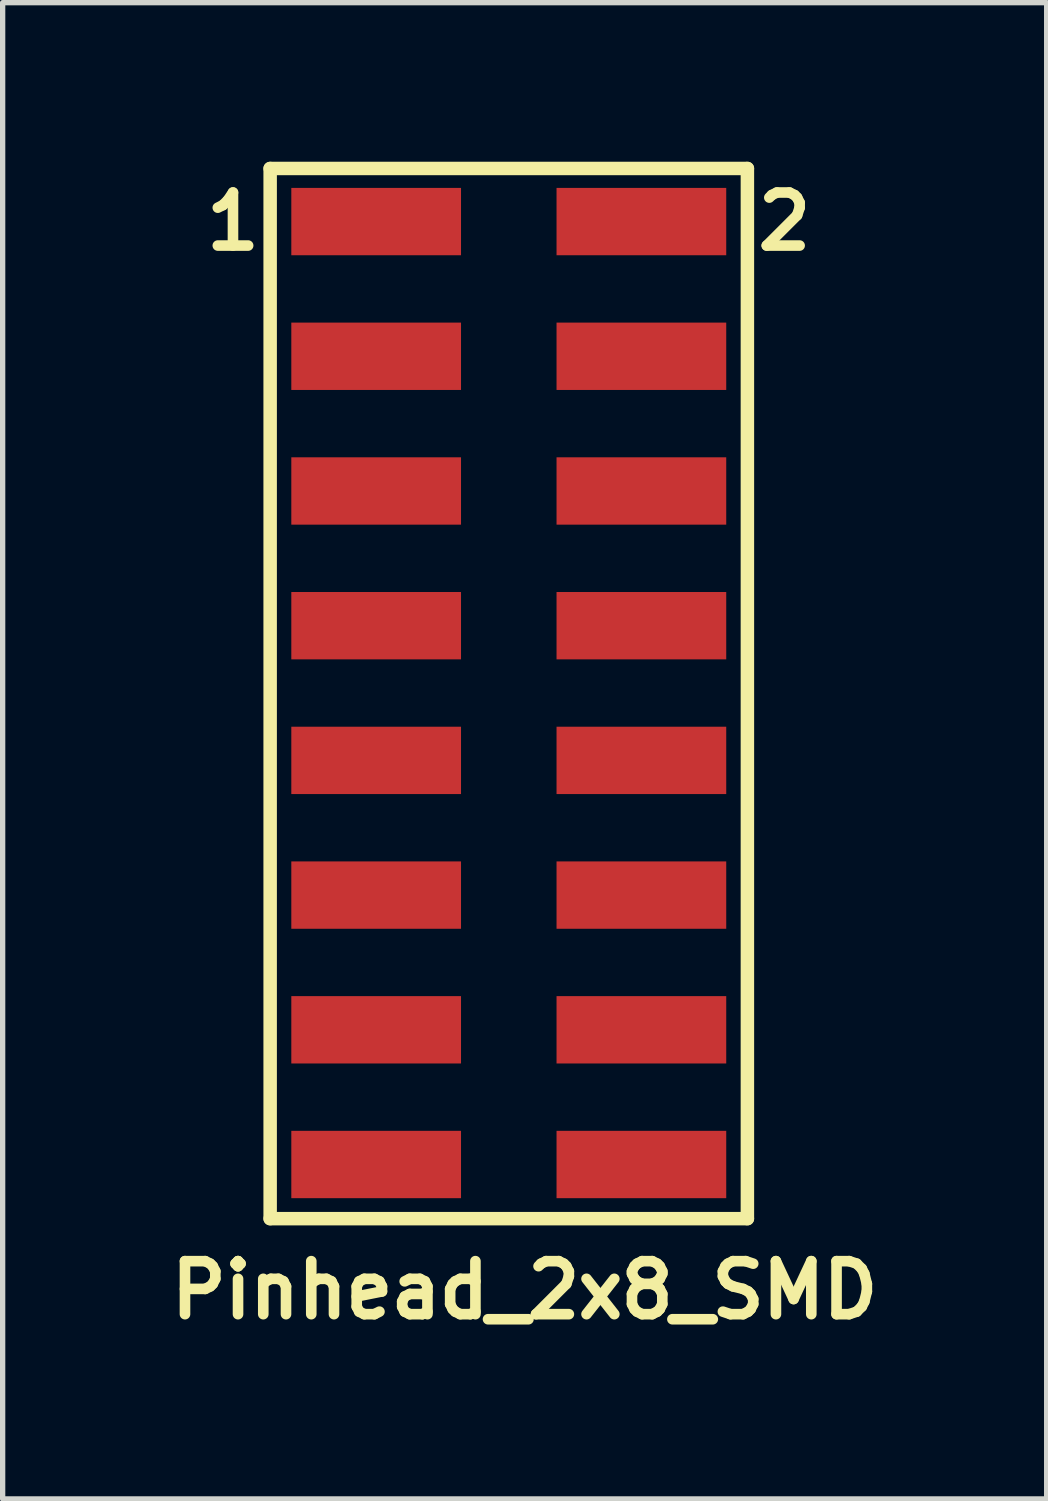
<source format=kicad_pcb>
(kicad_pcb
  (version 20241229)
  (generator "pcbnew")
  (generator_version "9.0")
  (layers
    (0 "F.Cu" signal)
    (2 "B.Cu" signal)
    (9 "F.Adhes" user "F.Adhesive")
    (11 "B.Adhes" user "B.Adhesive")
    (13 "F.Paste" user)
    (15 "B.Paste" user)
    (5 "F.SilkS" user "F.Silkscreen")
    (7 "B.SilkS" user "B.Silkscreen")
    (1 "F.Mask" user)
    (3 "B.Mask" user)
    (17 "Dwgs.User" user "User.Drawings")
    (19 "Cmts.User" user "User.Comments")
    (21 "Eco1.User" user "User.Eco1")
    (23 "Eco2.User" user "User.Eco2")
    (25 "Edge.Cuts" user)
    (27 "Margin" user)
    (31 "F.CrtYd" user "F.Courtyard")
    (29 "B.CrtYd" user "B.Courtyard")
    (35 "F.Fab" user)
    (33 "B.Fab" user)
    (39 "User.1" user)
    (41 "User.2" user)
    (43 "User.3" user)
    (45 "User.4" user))
  (footprint "Pinhead_2x8_SMD"
    (layer "F.Cu")
    (at 4.043 1.128)
    (property "Reference" "Pinhead_2x8_SMD" (at 2.8 20.15 0) (layer "F.SilkS") (effects (font (size 1 1) (thickness 0.2))))
    (attr smd)
    (fp_line (start -1.999 -1.001) (end 7 -1.001) (stroke (width 0.254) (type solid)) (layer "F.SilkS"))
    (fp_line (start -1.999 18.801) (end -1.999 -1.001) (stroke (width 0.254) (type solid)) (layer "F.SilkS"))
    (fp_line (start 7 -1.001) (end 7 18.801) (stroke (width 0.254) (type solid)) (layer "F.SilkS"))
    (fp_line (start 7 18.801) (end -1.999 18.801) (stroke (width 0.254) (type solid)) (layer "F.SilkS"))
    (fp_text user "2" (at 7.699 0 0) (layer "F.SilkS") (effects (font (size 1 1) (thickness 0.2))))
    (fp_text user "1" (at -2.7 0 0) (layer "F.SilkS") (effects (font (size 1 1) (thickness 0.2))))
    (pad "1" smd rect (at 0 0) (size 3.2 1.27) (layers "F.Cu" "F.Mask" "F.Paste"))
    (pad "2" smd rect (at 5.001 0) (size 3.2 1.27) (layers "F.Cu" "F.Mask" "F.Paste"))
    (pad "3" smd rect (at 0 2.54) (size 3.2 1.27) (layers "F.Cu" "F.Mask" "F.Paste"))
    (pad "4" smd rect (at 5.001 2.54) (size 3.2 1.27) (layers "F.Cu" "F.Mask" "F.Paste"))
    (pad "5" smd rect (at 0 5.08) (size 3.2 1.27) (layers "F.Cu" "F.Mask" "F.Paste"))
    (pad "6" smd rect (at 5.001 5.08) (size 3.2 1.27) (layers "F.Cu" "F.Mask" "F.Paste"))
    (pad "7" smd rect (at 0 7.62) (size 3.2 1.27) (layers "F.Cu" "F.Mask" "F.Paste"))
    (pad "8" smd rect (at 5.001 7.62) (size 3.2 1.27) (layers "F.Cu" "F.Mask" "F.Paste"))
    (pad "9" smd rect (at 0 10.16) (size 3.2 1.27) (layers "F.Cu" "F.Mask" "F.Paste"))
    (pad "10" smd rect (at 5.001 10.16) (size 3.2 1.27) (layers "F.Cu" "F.Mask" "F.Paste"))
    (pad "11" smd rect (at 0 12.7) (size 3.2 1.27) (layers "F.Cu" "F.Mask" "F.Paste"))
    (pad "12" smd rect (at 5.001 12.7) (size 3.2 1.27) (layers "F.Cu" "F.Mask" "F.Paste"))
    (pad "13" smd rect (at 0 15.24) (size 3.2 1.27) (layers "F.Cu" "F.Mask" "F.Paste"))
    (pad "14" smd rect (at 5.001 15.24) (size 3.2 1.27) (layers "F.Cu" "F.Mask" "F.Paste"))
    (pad "15" smd rect (at 0 17.78) (size 3.2 1.27) (layers "F.Cu" "F.Mask" "F.Paste"))
    (pad "16" smd rect (at 5.001 17.78) (size 3.2 1.27) (layers "F.Cu" "F.Mask" "F.Paste")))
  (gr_rect
    (start -3 -3)
    (end 16.686 25.214)
    (stroke (width 0.1) (type default))
    (fill no)
    (layer "Edge.Cuts")))
</source>
